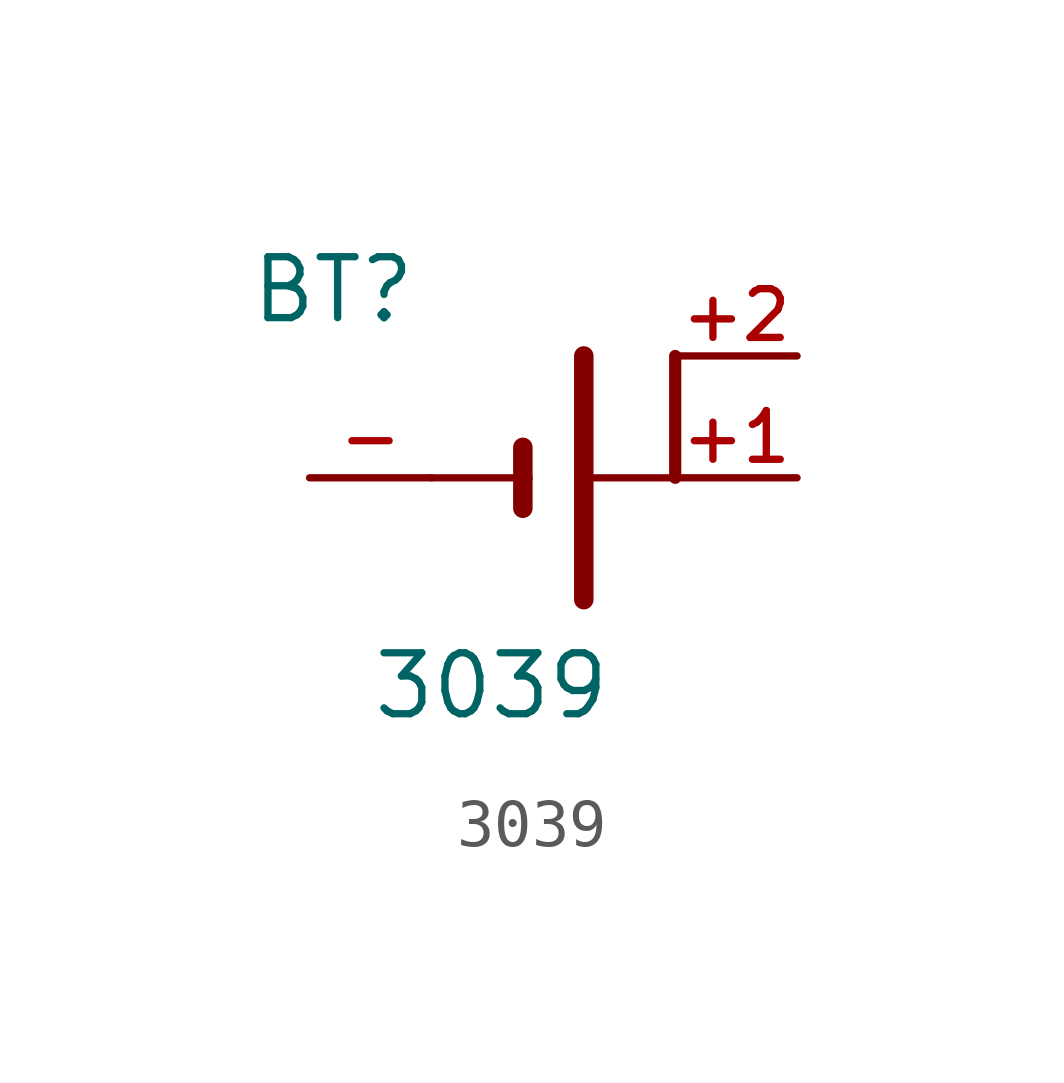
<source format=kicad_sym>
(kicad_symbol_lib
  (version 20211014)
  (generator kicad_symbol_editor)
  (symbol "3039"
    (pin_names
      (offset 1.016) hide)
    (property "Reference" "BT"
      (at -6.35 3.175 0)
      (effects (font (size 1.27 1.27)) (justify left bottom)))
    (property "Value" "3039"
      (at -3.81 -5.08 0)
      (effects (font (size 1.27 1.27)) (justify left bottom)))
    (property "ki_locked" ""
      (at 0 0 0)
      (effects (font (size 1.27 1.27))))
    (symbol "3039_0_0"
      (polyline (pts (xy -2.54 0) (xy -0.635 0)) (stroke (width 0.152) (type default) (color 0 0 0 0)) (fill (type none)))
      (polyline (pts (xy -0.635 0) (xy -0.635 -0.635)) (stroke (width 0.406) (type default) (color 0 0 0 0)) (fill (type none)))
      (polyline (pts (xy -0.635 0.635) (xy -0.635 0)) (stroke (width 0.406) (type default) (color 0 0 0 0)) (fill (type none)))
      (polyline (pts (xy 0.635 0) (xy 0.635 -2.54)) (stroke (width 0.406) (type default) (color 0 0 0 0)) (fill (type none)))
      (polyline (pts (xy 0.635 0) (xy 2.54 0)) (stroke (width 0.152) (type default) (color 0 0 0 0)) (fill (type none)))
      (polyline (pts (xy 0.635 2.54) (xy 0.635 0)) (stroke (width 0.406) (type default) (color 0 0 0 0)) (fill (type none)))
      (polyline (pts (xy 2.54 2.54) (xy 2.54 0)) (stroke (width 0.254) (type default) (color 0 0 0 0)) (fill (type none)))
      (pin passive line (at 5.08 0 180) (length 2.54) (name "~" (effects (font (size 1.016 1.016)))) (number "+1" (effects (font (size 1.016 1.016)))))
      (pin passive line (at 5.08 2.54 180) (length 2.54) (name "~" (effects (font (size 1.016 1.016)))) (number "+2" (effects (font (size 1.016 1.016)))))
      (pin passive line (at -5.08 0 0) (length 2.54) (name "~" (effects (font (size 1.016 1.016)))) (number "-" (effects (font (size 1.016 1.016))))))))
</source>
